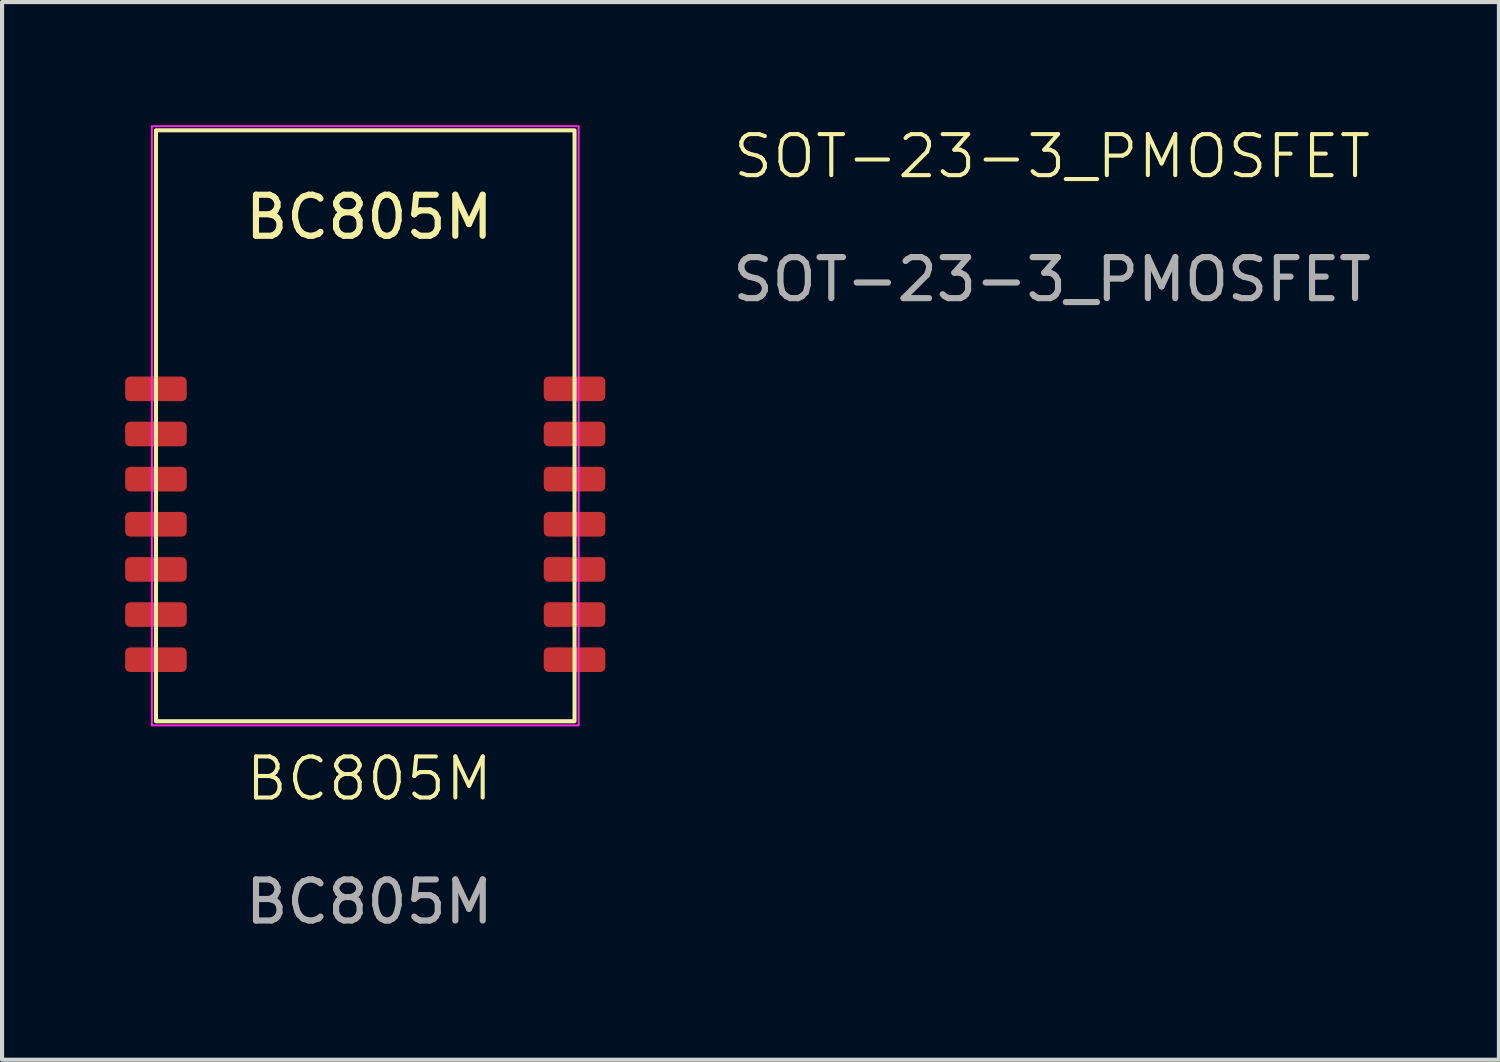
<source format=kicad_pcb>
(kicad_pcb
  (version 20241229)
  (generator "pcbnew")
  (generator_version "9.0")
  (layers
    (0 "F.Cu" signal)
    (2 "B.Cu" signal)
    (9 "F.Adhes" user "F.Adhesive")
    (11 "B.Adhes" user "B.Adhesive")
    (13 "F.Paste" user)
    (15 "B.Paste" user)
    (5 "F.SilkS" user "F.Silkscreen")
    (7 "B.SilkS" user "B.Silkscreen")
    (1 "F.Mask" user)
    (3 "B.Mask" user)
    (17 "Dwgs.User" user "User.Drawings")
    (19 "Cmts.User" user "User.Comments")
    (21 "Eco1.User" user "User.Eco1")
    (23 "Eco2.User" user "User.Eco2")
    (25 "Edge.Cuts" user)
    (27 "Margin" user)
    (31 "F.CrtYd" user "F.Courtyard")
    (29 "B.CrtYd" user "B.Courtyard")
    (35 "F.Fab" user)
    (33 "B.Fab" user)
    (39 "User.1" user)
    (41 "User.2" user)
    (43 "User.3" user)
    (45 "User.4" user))
  (footprint "BC805M"
    (layer "F.Cu")
    (at 5.85 9.725)
    (property "Reference" "BC805M" (at 0.1 6.2 0) (unlocked yes) (layer "F.SilkS") (effects (font (size 1 1) (thickness 0.1))))
    (attr smd)
    (fp_rect (start -5.1 -9.6) (end 5.1 4.8) (stroke (width 0.1) (type default)) (fill no) (layer "F.SilkS"))
    (fp_rect (start -5.2 -9.7) (end 5.2 4.9) (stroke (width 0.05) (type default)) (fill no) (layer "F.CrtYd"))
    (fp_text user "BC805M" (at -3 -6.9 0) (unlocked yes) (layer "F.SilkS") (effects (font (size 1 1) (thickness 0.15)) (justify left bottom)))
    (fp_text user "${REFERENCE}" (at 0.1 9.2 0) (unlocked yes) (layer "F.Fab") (effects (font (size 1 1) (thickness 0.15))))
    (pad "1" smd roundrect (at -5.1 -3.3) (size 1.5 0.6) (layers "F.Cu" "F.Mask" "F.Paste") (roundrect_rratio 0.2))
    (pad "2" smd roundrect (at -5.1 -2.2) (size 1.5 0.6) (layers "F.Cu" "F.Mask" "F.Paste") (roundrect_rratio 0.2))
    (pad "3" smd roundrect (at -5.1 -1.1) (size 1.5 0.6) (layers "F.Cu" "F.Mask" "F.Paste") (roundrect_rratio 0.2))
    (pad "4" smd roundrect (at -5.1 0) (size 1.5 0.6) (layers "F.Cu" "F.Mask" "F.Paste") (roundrect_rratio 0.2))
    (pad "5" smd roundrect (at -5.1 1.1) (size 1.5 0.6) (layers "F.Cu" "F.Mask" "F.Paste") (roundrect_rratio 0.2))
    (pad "6" smd roundrect (at -5.1 2.2) (size 1.5 0.6) (layers "F.Cu" "F.Mask" "F.Paste") (roundrect_rratio 0.2))
    (pad "7" smd roundrect (at -5.1 3.3) (size 1.5 0.6) (layers "F.Cu" "F.Mask" "F.Paste") (roundrect_rratio 0.2))
    (pad "8" smd roundrect (at 5.1 3.3) (size 1.5 0.6) (layers "F.Cu" "F.Mask" "F.Paste") (roundrect_rratio 0.2))
    (pad "9" smd roundrect (at 5.1 2.2) (size 1.5 0.6) (layers "F.Cu" "F.Mask" "F.Paste") (roundrect_rratio 0.2))
    (pad "10" smd roundrect (at 5.1 1.1) (size 1.5 0.6) (layers "F.Cu" "F.Mask" "F.Paste") (roundrect_rratio 0.2))
    (pad "11" smd roundrect (at 5.1 0) (size 1.5 0.6) (layers "F.Cu" "F.Mask" "F.Paste") (roundrect_rratio 0.2))
    (pad "12" smd roundrect (at 5.1 -1.1) (size 1.5 0.6) (layers "F.Cu" "F.Mask" "F.Paste") (roundrect_rratio 0.2))
    (pad "13" smd roundrect (at 5.1 -2.2) (size 1.5 0.6) (layers "F.Cu" "F.Mask" "F.Paste") (roundrect_rratio 0.2))
    (pad "14" smd roundrect (at 5.1 -3.3) (size 1.5 0.6) (layers "F.Cu" "F.Mask" "F.Paste") (roundrect_rratio 0.2)))
  (footprint "SOT-23-3_PMOSFET"
    (layer "F.Cu")
    (at 22.587 1.26)
    (property "Reference" "SOT-23-3_PMOSFET" (at 0 -0.5 0) (unlocked yes) (layer "F.SilkS") (effects (font (size 1 1) (thickness 0.1))))
    (attr smd)
    (fp_text user "${REFERENCE}" (at 0 2.5 0) (unlocked yes) (layer "F.Fab") (effects (font (size 1 1) (thickness 0.15)))))
  (gr_rect
    (start -3 -3)
    (end 33.474 22.773)
    (stroke (width 0.1) (type default))
    (fill no)
    (layer "Edge.Cuts")))
</source>
